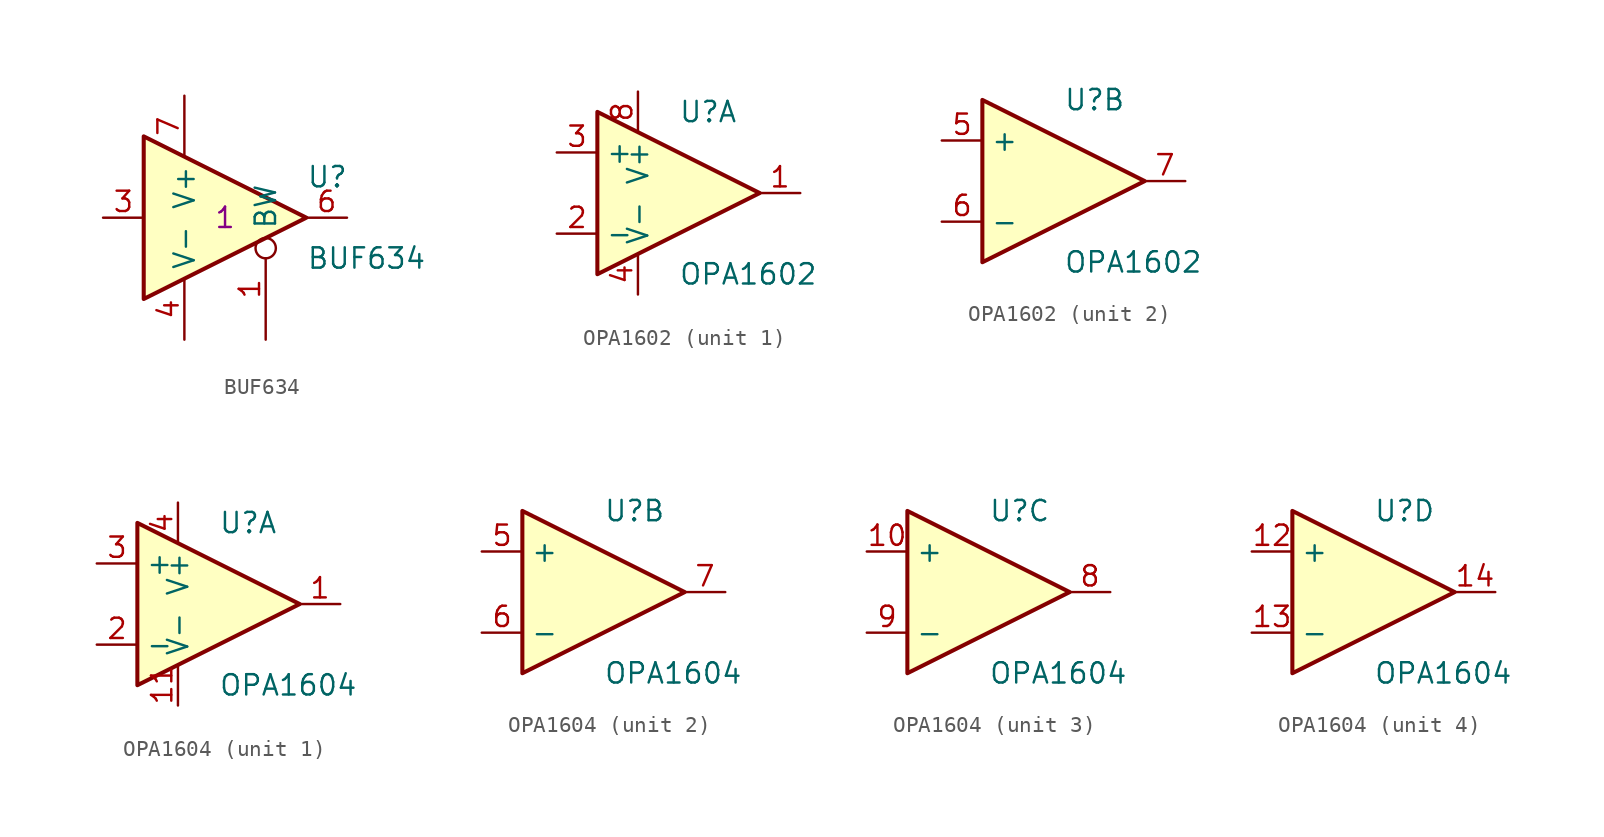
<source format=kicad_sym>
(kicad_symbol_lib
  (version 20211014)
  (generator kicad_symbol_editor)
  (symbol "BUF634"
    (property "Reference" "U"
      (at 5.08 2.54 0)
      (effects (font (size 1.27 1.27)) (justify left)))
    (property "Value" "BUF634"
      (at 5.08 -2.54 0)
      (effects (font (size 1.27 1.27)) (justify left)))
    (property "Field4" "1"
      (at 0 0 0)
      (effects (font (size 1.27 1.27))))
    (symbol "BUF634_0_1"
      (polyline (pts (xy 5.08 0) (xy -5.08 5.08) (xy -5.08 -5.08) (xy 5.08 0)) (stroke (width 0.254) (type default) (color 0 0 0 0)) (fill (type background)))
      (pin power_in line (at -2.54 -7.62 90) (length 3.81) (name "V-" (effects (font (size 1.27 1.27)))) (number "4" (effects (font (size 1.27 1.27)))))
      (pin power_in line (at -2.54 7.62 270) (length 3.81) (name "V+" (effects (font (size 1.27 1.27)))) (number "7" (effects (font (size 1.27 1.27))))))
    (symbol "BUF634_1_1"
      (pin passive inverted (at 2.54 -7.62 90) (length 6.35) (name "BW" (effects (font (size 1.27 1.27)))) (number "1" (effects (font (size 1.27 1.27)))))
      (pin no_connect line (at 2.54 3.81 270) (length 2.54) hide (name "" (effects (font (size 1.27 1.27)))) (number "2" (effects (font (size 1.27 1.27)))))
      (pin input line (at -7.62 0 0) (length 2.54) (name "~" (effects (font (size 1.27 1.27)))) (number "3" (effects (font (size 1.27 1.27)))))
      (pin no_connect line (at 2.54 3.81 270) (length 2.54) hide (name "" (effects (font (size 1.27 1.27)))) (number "5" (effects (font (size 1.27 1.27)))))
      (pin output line (at 7.62 0 180) (length 2.54) (name "~" (effects (font (size 1.27 1.27)))) (number "6" (effects (font (size 1.27 1.27)))))
      (pin no_connect line (at 2.54 3.81 270) (length 2.54) hide (name "" (effects (font (size 1.27 1.27)))) (number "8" (effects (font (size 1.27 1.27)))))))
  (symbol "OPA1602"
    (property "Reference" "U"
      (at 0 5.08 0)
      (effects (font (size 1.27 1.27)) (justify left)))
    (property "Value" "OPA1602"
      (at 0 -5.08 0)
      (effects (font (size 1.27 1.27)) (justify left)))
    (symbol "OPA1602_0_1"
      (polyline (pts (xy -5.08 5.08) (xy 5.08 0) (xy -5.08 -5.08) (xy -5.08 5.08)) (stroke (width 0.254) (type default) (color 0 0 0 0)) (fill (type background))))
    (symbol "OPA1602_1_1"
      (pin output line (at 7.62 0 180) (length 2.54) (name "~" (effects (font (size 1.27 1.27)))) (number "1" (effects (font (size 1.27 1.27)))))
      (pin input line (at -7.62 -2.54 0) (length 2.54) (name "-" (effects (font (size 1.27 1.27)))) (number "2" (effects (font (size 1.27 1.27)))))
      (pin input line (at -7.62 2.54 0) (length 2.54) (name "+" (effects (font (size 1.27 1.27)))) (number "3" (effects (font (size 1.27 1.27)))))
      (pin power_in line (at -2.54 -6.35 90) (length 2.54) (name "V-" (effects (font (size 1.27 1.27)))) (number "4" (effects (font (size 1.27 1.27)))))
      (pin power_in line (at -2.54 6.35 270) (length 2.54) (name "V+" (effects (font (size 1.27 1.27)))) (number "8" (effects (font (size 1.27 1.27))))))
    (symbol "OPA1602_2_1"
      (pin input line (at -7.62 2.54 0) (length 2.54) (name "+" (effects (font (size 1.27 1.27)))) (number "5" (effects (font (size 1.27 1.27)))))
      (pin input line (at -7.62 -2.54 0) (length 2.54) (name "-" (effects (font (size 1.27 1.27)))) (number "6" (effects (font (size 1.27 1.27)))))
      (pin output line (at 7.62 0 180) (length 2.54) (name "~" (effects (font (size 1.27 1.27)))) (number "7" (effects (font (size 1.27 1.27)))))))
  (symbol "OPA1604"
    (property "Reference" "U"
      (at 0 5.08 0)
      (effects (font (size 1.27 1.27)) (justify left)))
    (property "Value" "OPA1604"
      (at 0 -5.08 0)
      (effects (font (size 1.27 1.27)) (justify left)))
    (symbol "OPA1604_0_1"
      (polyline (pts (xy -5.08 5.08) (xy 5.08 0) (xy -5.08 -5.08) (xy -5.08 5.08)) (stroke (width 0.254) (type default) (color 0 0 0 0)) (fill (type background))))
    (symbol "OPA1604_1_1"
      (pin output line (at 7.62 0 180) (length 2.54) (name "~" (effects (font (size 1.27 1.27)))) (number "1" (effects (font (size 1.27 1.27)))))
      (pin power_in line (at -2.54 -6.35 90) (length 2.54) (name "V-" (effects (font (size 1.27 1.27)))) (number "11" (effects (font (size 1.27 1.27)))))
      (pin input line (at -7.62 -2.54 0) (length 2.54) (name "-" (effects (font (size 1.27 1.27)))) (number "2" (effects (font (size 1.27 1.27)))))
      (pin input line (at -7.62 2.54 0) (length 2.54) (name "+" (effects (font (size 1.27 1.27)))) (number "3" (effects (font (size 1.27 1.27)))))
      (pin power_in line (at -2.54 6.35 270) (length 2.54) (name "V+" (effects (font (size 1.27 1.27)))) (number "4" (effects (font (size 1.27 1.27))))))
    (symbol "OPA1604_2_1"
      (pin input line (at -7.62 2.54 0) (length 2.54) (name "+" (effects (font (size 1.27 1.27)))) (number "5" (effects (font (size 1.27 1.27)))))
      (pin input line (at -7.62 -2.54 0) (length 2.54) (name "-" (effects (font (size 1.27 1.27)))) (number "6" (effects (font (size 1.27 1.27)))))
      (pin output line (at 7.62 0 180) (length 2.54) (name "~" (effects (font (size 1.27 1.27)))) (number "7" (effects (font (size 1.27 1.27))))))
    (symbol "OPA1604_3_1"
      (pin input line (at -7.62 2.54 0) (length 2.54) (name "+" (effects (font (size 1.27 1.27)))) (number "10" (effects (font (size 1.27 1.27)))))
      (pin output line (at 7.62 0 180) (length 2.54) (name "~" (effects (font (size 1.27 1.27)))) (number "8" (effects (font (size 1.27 1.27)))))
      (pin input line (at -7.62 -2.54 0) (length 2.54) (name "-" (effects (font (size 1.27 1.27)))) (number "9" (effects (font (size 1.27 1.27))))))
    (symbol "OPA1604_4_1"
      (pin input line (at -7.62 2.54 0) (length 2.54) (name "+" (effects (font (size 1.27 1.27)))) (number "12" (effects (font (size 1.27 1.27)))))
      (pin input line (at -7.62 -2.54 0) (length 2.54) (name "-" (effects (font (size 1.27 1.27)))) (number "13" (effects (font (size 1.27 1.27)))))
      (pin output line (at 7.62 0 180) (length 2.54) (name "~" (effects (font (size 1.27 1.27)))) (number "14" (effects (font (size 1.27 1.27))))))))
</source>
